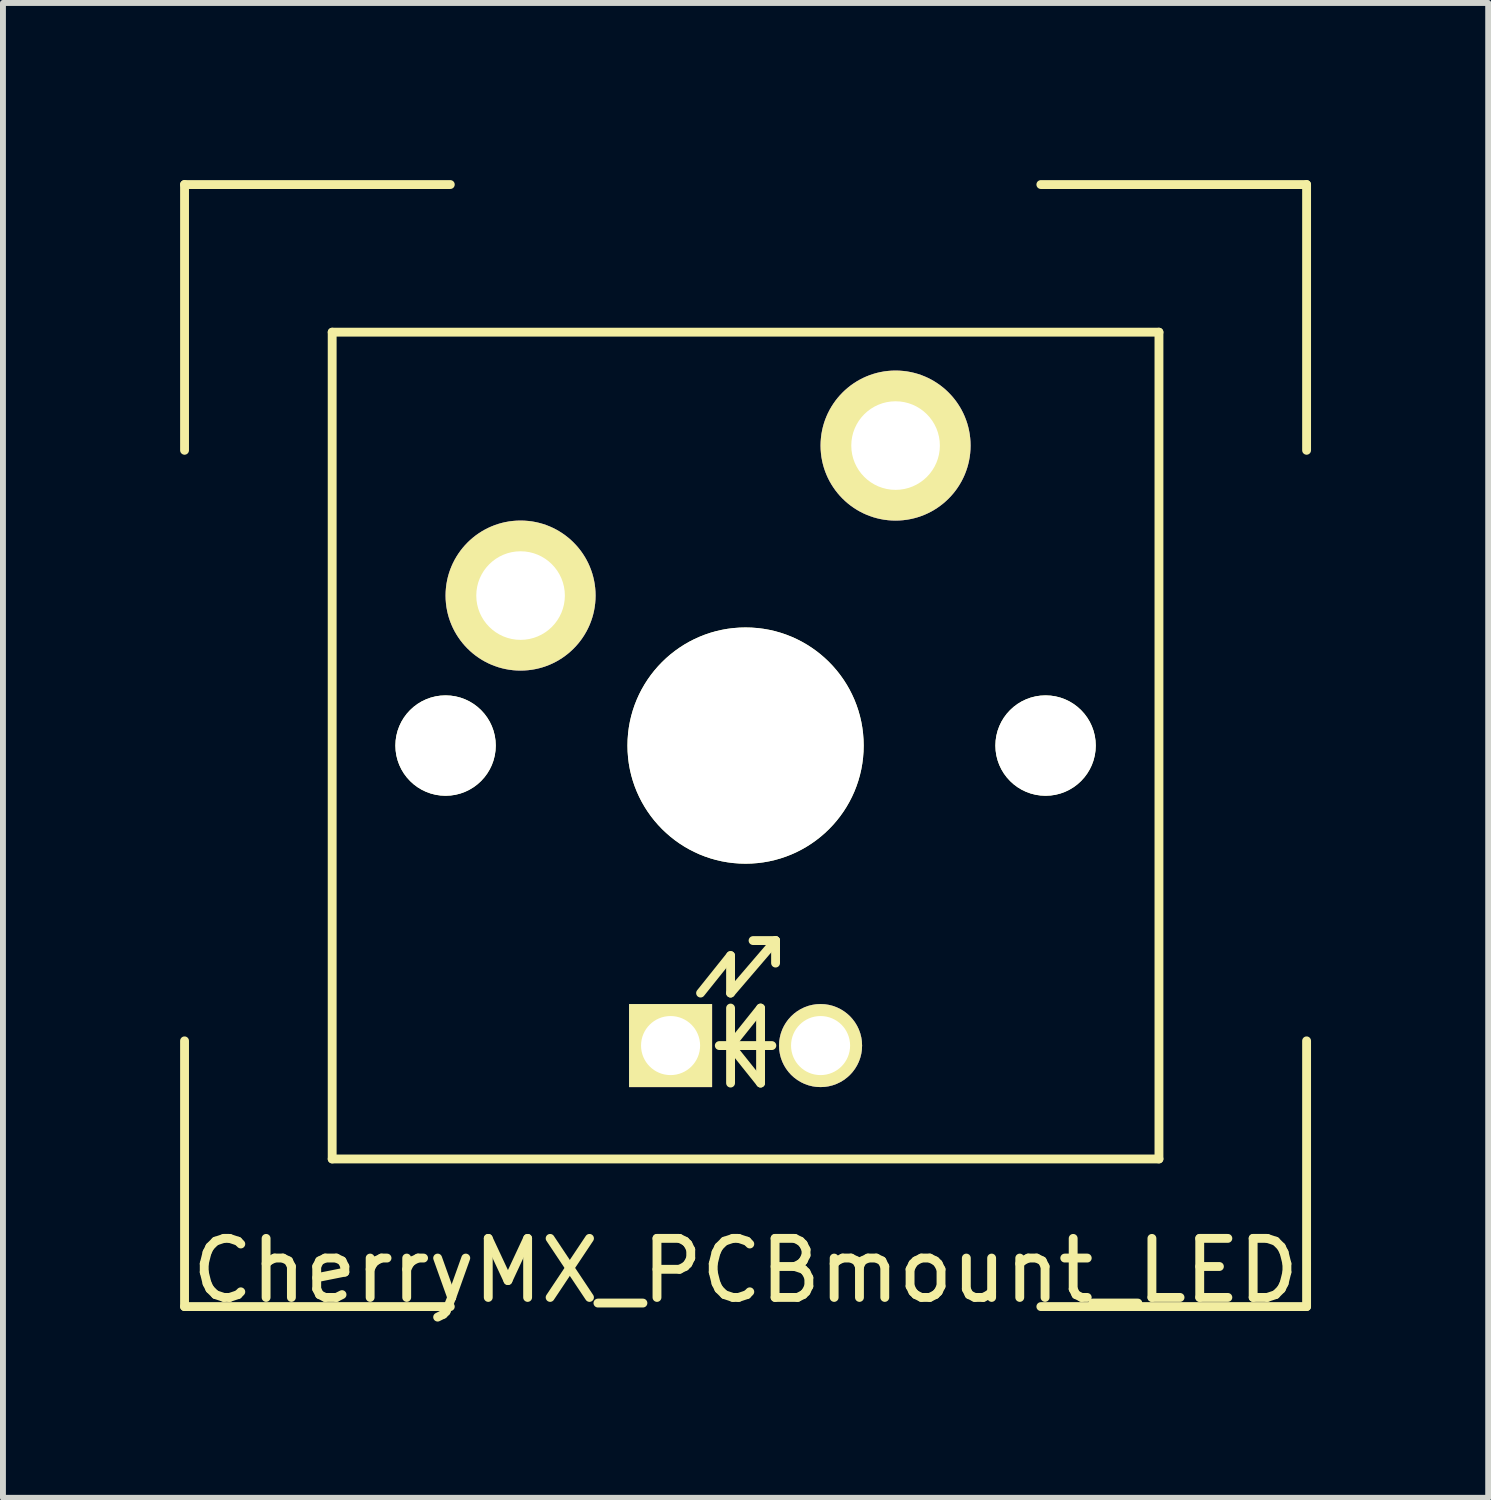
<source format=kicad_pcb>
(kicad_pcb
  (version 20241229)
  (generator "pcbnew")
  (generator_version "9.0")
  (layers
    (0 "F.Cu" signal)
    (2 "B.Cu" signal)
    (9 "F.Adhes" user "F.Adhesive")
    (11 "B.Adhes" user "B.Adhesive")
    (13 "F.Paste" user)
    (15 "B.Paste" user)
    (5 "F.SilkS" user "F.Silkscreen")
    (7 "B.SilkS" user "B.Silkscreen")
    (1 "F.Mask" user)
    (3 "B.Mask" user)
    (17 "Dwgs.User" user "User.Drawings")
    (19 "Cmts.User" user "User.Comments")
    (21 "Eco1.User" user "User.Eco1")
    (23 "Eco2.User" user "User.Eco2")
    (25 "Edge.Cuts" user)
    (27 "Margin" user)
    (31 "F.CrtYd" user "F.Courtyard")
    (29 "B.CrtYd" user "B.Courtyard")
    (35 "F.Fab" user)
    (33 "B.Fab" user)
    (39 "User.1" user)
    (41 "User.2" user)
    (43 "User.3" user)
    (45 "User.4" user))
  (footprint "CherryMX_PCBmount_LED"
    (layer "F.Cu")
    (at 9.575 9.575)
    (property "Reference" "CherryMX_PCBmount_LED" (at 0 8.89 0) (layer "F.SilkS") (effects (font (size 1 1) (thickness 0.15))))
    (attr through_hole)
    (fp_line (start -9.5 -9.5) (end -9.5 -5) (stroke (width 0.15) (type solid)) (layer "F.SilkS"))
    (fp_line (start -9.5 -9.5) (end -5 -9.5) (stroke (width 0.15) (type solid)) (layer "F.SilkS"))
    (fp_line (start -9.5 5) (end -9.5 9.5) (stroke (width 0.15) (type solid)) (layer "F.SilkS"))
    (fp_line (start -9.5 9.5) (end -5 9.5) (stroke (width 0.15) (type solid)) (layer "F.SilkS"))
    (fp_line (start -7 -7) (end 7 -7) (stroke (width 0.15) (type solid)) (layer "F.SilkS"))
    (fp_line (start -7 7) (end -7 -7) (stroke (width 0.15) (type solid)) (layer "F.SilkS"))
    (fp_line (start -0.762 4.191) (end -0.254 3.556) (stroke (width 0.15) (type solid)) (layer "F.SilkS"))
    (fp_line (start -0.445 5.08) (end 0.445 5.08) (stroke (width 0.15) (type solid)) (layer "F.SilkS"))
    (fp_line (start -0.254 3.556) (end -0.254 4.191) (stroke (width 0.15) (type solid)) (layer "F.SilkS"))
    (fp_line (start -0.254 4.191) (end 0.508 3.302) (stroke (width 0.15) (type solid)) (layer "F.SilkS"))
    (fp_line (start -0.254 4.445) (end -0.254 5.715) (stroke (width 0.15) (type solid)) (layer "F.SilkS"))
    (fp_line (start -0.254 5.08) (end 0.254 4.445) (stroke (width 0.15) (type solid)) (layer "F.SilkS"))
    (fp_line (start 0.254 5.715) (end -0.254 5.08) (stroke (width 0.15) (type solid)) (layer "F.SilkS"))
    (fp_line (start 0.254 5.715) (end 0.254 4.445) (stroke (width 0.15) (type solid)) (layer "F.SilkS"))
    (fp_line (start 0.508 3.302) (end 0.127 3.302) (stroke (width 0.15) (type solid)) (layer "F.SilkS"))
    (fp_line (start 0.508 3.302) (end 0.508 3.683) (stroke (width 0.15) (type solid)) (layer "F.SilkS"))
    (fp_line (start 5 9.5) (end 9.5 9.5) (stroke (width 0.15) (type solid)) (layer "F.SilkS"))
    (fp_line (start 7 -7) (end 7 7) (stroke (width 0.15) (type solid)) (layer "F.SilkS"))
    (fp_line (start 7 7) (end -7 7) (stroke (width 0.15) (type solid)) (layer "F.SilkS"))
    (fp_line (start 9.5 -9.5) (end 5 -9.5) (stroke (width 0.15) (type solid)) (layer "F.SilkS"))
    (fp_line (start 9.5 -5) (end 9.5 -9.5) (stroke (width 0.15) (type solid)) (layer "F.SilkS"))
    (fp_line (start 9.5 5) (end 9.5 9.5) (stroke (width 0.15) (type solid)) (layer "F.SilkS"))
    (pad "" np_thru_hole circle (at -5.08 0) (size 1.7 1.7) (drill 1.7) (layers "*.Cu" "*.Mask" "F.SilkS"))
    (pad "" np_thru_hole circle (at 0 0) (size 4 4) (drill 4) (layers "*.Cu" "*.Mask" "F.SilkS"))
    (pad "" np_thru_hole circle (at 5.08 0) (size 1.7 1.7) (drill 1.7) (layers "*.Cu" "*.Mask" "F.SilkS"))
    (pad "1" thru_hole circle (at -3.81 -2.54) (size 2.54 2.54) (drill 1.5) (layers "*.Cu" "*.Mask" "F.SilkS"))
    (pad "2" thru_hole circle (at 2.54 -5.08) (size 2.54 2.54) (drill 1.5) (layers "*.Cu" "*.Mask" "F.SilkS"))
    (pad "3" thru_hole rect (at -1.27 5.08) (size 1.406 1.406) (drill 1) (layers "*.Cu" "*.Mask" "F.SilkS"))
    (pad "4" thru_hole circle (at 1.27 5.08) (size 1.406 1.406) (drill 1) (layers "*.Cu" "*.Mask" "F.SilkS")))
  (gr_rect
    (start -3 -3)
    (end 22.15 22.313)
    (stroke (width 0.1) (type default))
    (fill no)
    (layer "Edge.Cuts")))
</source>
